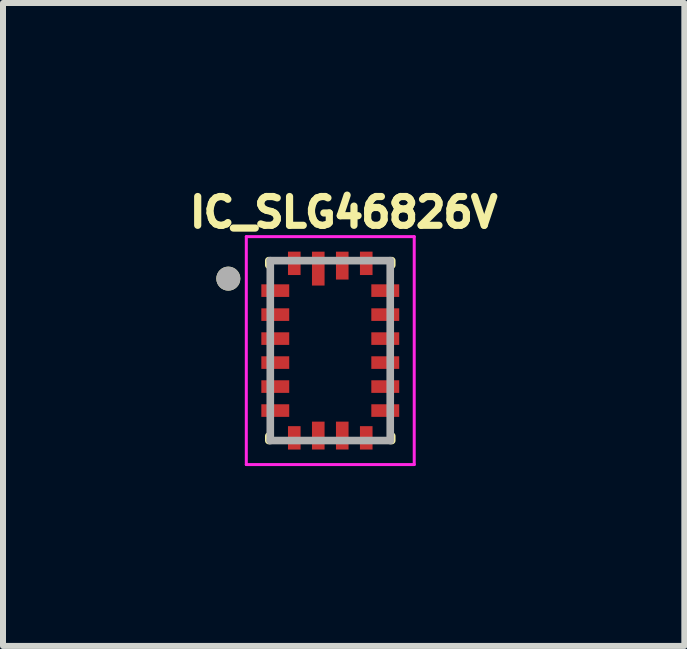
<source format=kicad_pcb>
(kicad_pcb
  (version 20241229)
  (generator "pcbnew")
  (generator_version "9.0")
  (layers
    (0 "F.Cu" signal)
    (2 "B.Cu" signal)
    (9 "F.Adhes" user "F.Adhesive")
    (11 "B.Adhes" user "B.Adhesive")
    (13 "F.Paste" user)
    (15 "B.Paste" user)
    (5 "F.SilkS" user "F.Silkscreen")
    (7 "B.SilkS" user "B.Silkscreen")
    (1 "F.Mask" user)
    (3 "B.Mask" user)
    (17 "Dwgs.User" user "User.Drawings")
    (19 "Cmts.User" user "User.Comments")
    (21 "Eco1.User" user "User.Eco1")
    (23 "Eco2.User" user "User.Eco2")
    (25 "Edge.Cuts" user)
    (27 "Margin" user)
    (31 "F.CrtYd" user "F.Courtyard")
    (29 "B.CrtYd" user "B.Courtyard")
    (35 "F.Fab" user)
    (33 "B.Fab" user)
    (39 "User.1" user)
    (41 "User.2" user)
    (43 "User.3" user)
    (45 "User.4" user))
  (footprint "IC_SLG46826V"
    (layer "F.Cu")
    (at 2.457 2.796)
    (property "Reference" "IC_SLG46826V" (at 0.224 -2.305 0) (layer "F.SilkS") (effects (font (size 0.48 0.48) (thickness 0.15))))
    (attr through_hole)
    (fp_line (start -1.025 -1.5) (end -1.025 -1.425) (stroke (width 0.127) (type solid)) (layer "F.SilkS"))
    (fp_line (start -1.025 1.5) (end -1.025 1.425) (stroke (width 0.127) (type solid)) (layer "F.SilkS"))
    (fp_line (start 1.025 -1.5) (end 1.025 -1.425) (stroke (width 0.127) (type solid)) (layer "F.SilkS"))
    (fp_line (start 1.025 1.5) (end 1.025 1.425) (stroke (width 0.127) (type solid)) (layer "F.SilkS"))
    (fp_circle (center -1.7 -1.2) (end -1.6 -1.2) (stroke (width 0.2) (type solid)) (fill no) (layer "F.SilkS"))
    (fp_line (start -1.4 -1.9) (end -1.4 1.9) (stroke (width 0.05) (type solid)) (layer "F.CrtYd"))
    (fp_line (start -1.4 1.9) (end 1.4 1.9) (stroke (width 0.05) (type solid)) (layer "F.CrtYd"))
    (fp_line (start 1.4 -1.9) (end -1.4 -1.9) (stroke (width 0.05) (type solid)) (layer "F.CrtYd"))
    (fp_line (start 1.4 1.9) (end 1.4 -1.9) (stroke (width 0.05) (type solid)) (layer "F.CrtYd"))
    (fp_line (start -1 -1.5) (end 1 -1.5) (stroke (width 0.127) (type solid)) (layer "F.Fab"))
    (fp_line (start -1 1.5) (end -1 -1.5) (stroke (width 0.127) (type solid)) (layer "F.Fab"))
    (fp_line (start 1 -1.5) (end 1 1.5) (stroke (width 0.127) (type solid)) (layer "F.Fab"))
    (fp_line (start 1 1.5) (end -1 1.5) (stroke (width 0.127) (type solid)) (layer "F.Fab"))
    (fp_circle (center -1.7 -1.2) (end -1.6 -1.2) (stroke (width 0.2) (type solid)) (fill no) (layer "F.Fab"))
    (pad "1" smd rect (at -0.917 -1) (size 0.465 0.21) (layers "F.Cu" "F.Mask" "F.Paste"))
    (pad "2" smd rect (at -0.917 -0.6) (size 0.465 0.21) (layers "F.Cu" "F.Mask" "F.Paste"))
    (pad "3" smd rect (at -0.917 -0.2) (size 0.465 0.21) (layers "F.Cu" "F.Mask" "F.Paste"))
    (pad "4" smd rect (at -0.917 0.2) (size 0.465 0.21) (layers "F.Cu" "F.Mask" "F.Paste"))
    (pad "5" smd rect (at -0.917 0.6) (size 0.465 0.21) (layers "F.Cu" "F.Mask" "F.Paste"))
    (pad "6" smd rect (at -0.917 1) (size 0.465 0.21) (layers "F.Cu" "F.Mask" "F.Paste"))
    (pad "7" smd rect (at -0.6 1.455) (size 0.21 0.39) (layers "F.Cu" "F.Mask" "F.Paste"))
    (pad "8" smd rect (at -0.2 1.417) (size 0.21 0.465) (layers "F.Cu" "F.Mask" "F.Paste"))
    (pad "9" smd rect (at 0.2 1.417) (size 0.21 0.465) (layers "F.Cu" "F.Mask" "F.Paste"))
    (pad "10" smd rect (at 0.6 1.455) (size 0.21 0.39) (layers "F.Cu" "F.Mask" "F.Paste"))
    (pad "11" smd rect (at 0.917 1) (size 0.465 0.21) (layers "F.Cu" "F.Mask" "F.Paste"))
    (pad "12" smd rect (at 0.917 0.6) (size 0.465 0.21) (layers "F.Cu" "F.Mask" "F.Paste"))
    (pad "13" smd rect (at 0.917 0.2) (size 0.465 0.21) (layers "F.Cu" "F.Mask" "F.Paste"))
    (pad "14" smd rect (at 0.917 -0.2) (size 0.465 0.21) (layers "F.Cu" "F.Mask" "F.Paste"))
    (pad "15" smd rect (at 0.917 -0.6) (size 0.465 0.21) (layers "F.Cu" "F.Mask" "F.Paste"))
    (pad "16" smd rect (at 0.917 -1) (size 0.465 0.21) (layers "F.Cu" "F.Mask" "F.Paste"))
    (pad "17" smd rect (at 0.6 -1.455) (size 0.21 0.39) (layers "F.Cu" "F.Mask" "F.Paste"))
    (pad "18" smd rect (at 0.2 -1.417) (size 0.21 0.465) (layers "F.Cu" "F.Mask" "F.Paste"))
    (pad "19" smd rect (at -0.2 -1.367) (size 0.21 0.565) (layers "F.Cu" "F.Mask" "F.Paste"))
    (pad "20" smd rect (at -0.6 -1.455) (size 0.21 0.39) (layers "F.Cu" "F.Mask" "F.Paste")))
  (gr_rect
    (start -3 -3)
    (end 8.361 7.721)
    (stroke (width 0.1) (type default))
    (fill no)
    (layer "Edge.Cuts")))
</source>
